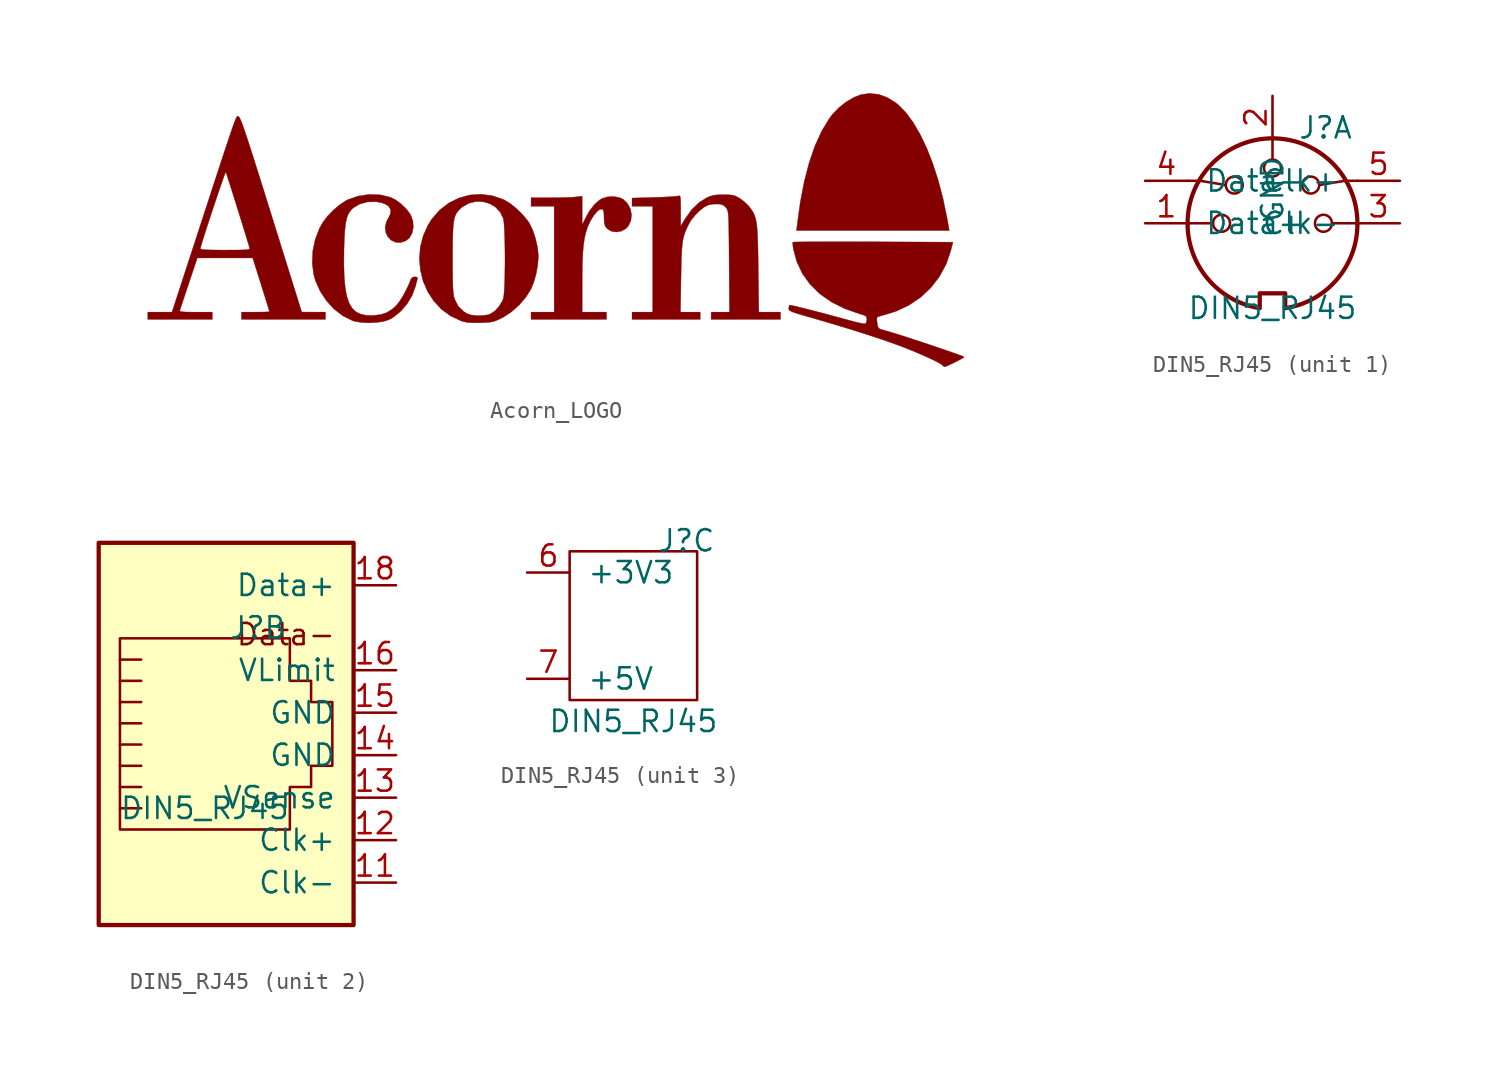
<source format=kicad_sym>
(kicad_symbol_lib
  (version 20211014)
  (generator kicad_symbol_editor)
  (symbol "Acorn_LOGO"
    (pin_names
      (offset 1.016))
    (property "Reference" "#G"
      (at 0 8.098 0)
      (effects (font (size 1.27 1.27)) hide))
    (symbol "Acorn_LOGO_0_0"
      (polyline (pts (xy 23.061 0.909) (xy 23.058 0.93) (xy 22.823 2.063) (xy 22.541 3.138) (xy 22.217 4.142) (xy 21.856 5.063) (xy 21.463 5.889) (xy 21.044 6.607) (xy 20.604 7.205) (xy 20.149 7.67) (xy 20.028 7.769) (xy 19.508 8.098) (xy 18.969 8.294) (xy 18.424 8.352) (xy 17.886 8.269) (xy 17.508 8.121) (xy 17.036 7.845) (xy 16.589 7.494) (xy 16.212 7.099) (xy 16.013 6.834) (xy 15.565 6.095) (xy 15.167 5.222) (xy 14.82 4.219) (xy 14.525 3.088) (xy 14.283 1.833) (xy 14.095 0.455) (xy 14.06 0.146) (xy 23.198 0.146) (xy 23.061 0.909)) (stroke (width 0.01) (type default) (color 0 0 0 0)) (fill (type outline)))
      (polyline (pts (xy 2.693 -4.731) (xy 1.237 -4.731) (xy 1.237 -2.921) (xy 1.238 -2.578) (xy 1.249 -1.861) (xy 1.273 -1.262) (xy 1.313 -0.762) (xy 1.372 -0.343) (xy 1.452 0.016) (xy 1.555 0.333) (xy 1.683 0.626) (xy 1.735 0.727) (xy 1.926 1.04) (xy 2.118 1.275) (xy 2.293 1.411) (xy 2.434 1.431) (xy 2.442 1.427) (xy 2.505 1.355) (xy 2.538 1.197) (xy 2.547 0.923) (xy 2.549 0.779) (xy 2.569 0.554) (xy 2.624 0.4) (xy 2.726 0.265) (xy 2.74 0.251) (xy 2.978 0.106) (xy 3.274 0.059) (xy 3.58 0.111) (xy 3.85 0.26) (xy 4.004 0.426) (xy 4.152 0.739) (xy 4.191 1.087) (xy 4.123 1.439) (xy 3.953 1.762) (xy 3.682 2.023) (xy 3.455 2.126) (xy 3.116 2.182) (xy 2.756 2.163) (xy 2.433 2.067) (xy 2.283 1.98) (xy 1.98 1.713) (xy 1.693 1.35) (xy 1.449 0.92) (xy 1.237 0.473) (xy 1.237 1.338) (xy 1.237 2.204) (xy 0.855 2.158) (xy 0.78 2.151) (xy 0.519 2.135) (xy 0.165 2.123) (xy -0.244 2.114) (xy -0.673 2.111) (xy -1.819 2.111) (xy -1.819 1.601) (xy -0.437 1.601) (xy -0.437 -4.731) (xy -1.819 -4.731) (xy -1.819 -5.167) (xy 2.693 -5.167) (xy 2.693 -4.731)) (stroke (width 0.01) (type default) (color 0 0 0 0)) (fill (type outline)))
      (polyline (pts (xy 8.297 -4.731) (xy 7.117 -4.731) (xy 7.15 -2.675) (xy 7.151 -2.625) (xy 7.163 -1.974) (xy 7.178 -1.446) (xy 7.199 -1.021) (xy 7.229 -0.678) (xy 7.271 -0.395) (xy 7.328 -0.153) (xy 7.404 0.069) (xy 7.5 0.293) (xy 7.621 0.539) (xy 7.743 0.746) (xy 7.982 1.052) (xy 8.26 1.333) (xy 8.541 1.552) (xy 8.791 1.677) (xy 8.836 1.69) (xy 9.106 1.73) (xy 9.381 1.734) (xy 9.517 1.718) (xy 9.709 1.649) (xy 9.854 1.505) (xy 9.886 1.46) (xy 9.918 1.399) (xy 9.944 1.319) (xy 9.965 1.204) (xy 9.982 1.042) (xy 9.994 0.819) (xy 10.004 0.519) (xy 10.011 0.13) (xy 10.018 -0.363) (xy 10.023 -0.974) (xy 10.028 -1.716) (xy 10.05 -4.731) (xy 8.952 -4.731) (xy 8.952 -5.167) (xy 13.1 -5.167) (xy 13.1 -4.731) (xy 11.805 -4.731) (xy 11.772 -2.129) (xy 11.767 -1.723) (xy 11.756 -1.04) (xy 11.742 -0.479) (xy 11.722 -0.023) (xy 11.696 0.343) (xy 11.66 0.635) (xy 11.612 0.87) (xy 11.55 1.061) (xy 11.472 1.227) (xy 11.375 1.382) (xy 11.258 1.542) (xy 11.165 1.652) (xy 10.921 1.883) (xy 10.666 2.072) (xy 10.575 2.127) (xy 10.4 2.216) (xy 10.226 2.266) (xy 10.004 2.288) (xy 9.686 2.292) (xy 9.358 2.286) (xy 9.106 2.258) (xy 8.892 2.198) (xy 8.661 2.096) (xy 8.234 1.826) (xy 7.787 1.395) (xy 7.391 0.841) (xy 7.132 0.409) (xy 7.132 1.34) (xy 7.132 1.623) (xy 7.127 1.916) (xy 7.115 2.1) (xy 7.093 2.198) (xy 7.057 2.231) (xy 7.005 2.22) (xy 6.909 2.203) (xy 6.688 2.183) (xy 6.37 2.163) (xy 5.982 2.144) (xy 5.549 2.129) (xy 4.221 2.09) (xy 4.221 1.601) (xy 5.458 1.601) (xy 5.458 -4.731) (xy 4.221 -4.731) (xy 4.221 -5.167) (xy 8.297 -5.167) (xy 8.297 -4.731)) (stroke (width 0.01) (type default) (color 0 0 0 0)) (fill (type outline)))
      (polyline (pts (xy -11.074 -5.353) (xy -10.659 -5.293) (xy -10.335 -5.193) (xy -10.059 -5.041) (xy -9.623 -4.69) (xy -9.239 -4.246) (xy -8.935 -3.739) (xy -8.736 -3.202) (xy -8.713 -3.112) (xy -8.655 -2.894) (xy -8.615 -2.747) (xy -8.61 -2.725) (xy -8.632 -2.643) (xy -8.767 -2.62) (xy -8.895 -2.644) (xy -9.001 -2.747) (xy -9.116 -3.043) (xy -9.299 -3.429) (xy -9.503 -3.802) (xy -9.707 -4.119) (xy -9.887 -4.34) (xy -10.128 -4.557) (xy -10.456 -4.764) (xy -10.824 -4.882) (xy -11.281 -4.933) (xy -11.662 -4.926) (xy -12.006 -4.857) (xy -12.292 -4.716) (xy -12.525 -4.495) (xy -12.708 -4.183) (xy -12.845 -3.773) (xy -12.939 -3.255) (xy -12.996 -2.621) (xy -13.018 -1.862) (xy -13.009 -0.968) (xy -13.009 -0.94) (xy -12.988 -0.315) (xy -12.957 0.184) (xy -12.911 0.577) (xy -12.846 0.882) (xy -12.758 1.119) (xy -12.643 1.307) (xy -12.497 1.464) (xy -12.444 1.51) (xy -12.066 1.733) (xy -11.613 1.858) (xy -11.126 1.872) (xy -10.998 1.858) (xy -10.612 1.766) (xy -10.352 1.618) (xy -10.222 1.415) (xy -10.226 1.164) (xy -10.366 0.869) (xy -10.468 0.679) (xy -10.545 0.353) (xy -10.514 0.046) (xy -10.391 -0.221) (xy -10.193 -0.427) (xy -9.937 -0.552) (xy -9.638 -0.574) (xy -9.313 -0.472) (xy -9.094 -0.292) (xy -8.934 -0.009) (xy -8.864 0.334) (xy -8.887 0.704) (xy -9.012 1.068) (xy -9.044 1.126) (xy -9.273 1.431) (xy -9.581 1.73) (xy -9.92 1.982) (xy -10.244 2.143) (xy -10.848 2.284) (xy -11.51 2.307) (xy -12.171 2.208) (xy -12.794 1.988) (xy -12.906 1.93) (xy -13.273 1.684) (xy -13.652 1.362) (xy -13.998 1.004) (xy -14.269 0.648) (xy -14.472 0.287) (xy -14.731 -0.382) (xy -14.879 -1.094) (xy -14.909 -1.813) (xy -14.817 -2.503) (xy -14.719 -2.844) (xy -14.44 -3.476) (xy -14.06 -4.054) (xy -13.596 -4.557) (xy -13.069 -4.961) (xy -12.497 -5.244) (xy -12.362 -5.285) (xy -11.975 -5.351) (xy -11.529 -5.373) (xy -11.074 -5.353)) (stroke (width 0.01) (type default) (color 0 0 0 0)) (fill (type outline)))
      (polyline (pts (xy -4.871 -5.368) (xy -4.815 -5.367) (xy -4.475 -5.353) (xy -4.226 -5.328) (xy -4.021 -5.28) (xy -3.812 -5.2) (xy -3.552 -5.076) (xy -3.48 -5.039) (xy -2.998 -4.722) (xy -2.534 -4.31) (xy -2.13 -3.842) (xy -1.826 -3.361) (xy -1.662 -2.962) (xy -1.516 -2.446) (xy -1.419 -1.903) (xy -1.383 -1.397) (xy -1.386 -1.286) (xy -1.442 -0.812) (xy -1.559 -0.305) (xy -1.721 0.175) (xy -1.912 0.57) (xy -2.044 0.766) (xy -2.349 1.129) (xy -2.71 1.479) (xy -3.085 1.777) (xy -3.433 1.986) (xy -3.497 2.015) (xy -4.16 2.236) (xy -4.834 2.319) (xy -5.502 2.27) (xy -6.145 2.092) (xy -6.746 1.792) (xy -7.287 1.373) (xy -7.751 0.841) (xy -7.982 0.478) (xy -8.274 -0.172) (xy -8.445 -0.85) (xy -8.498 -1.528) (xy -6.513 -1.528) (xy -6.513 -1.251) (xy -6.51 -0.619) (xy -6.501 -0.109) (xy -6.483 0.295) (xy -6.454 0.611) (xy -6.411 0.856) (xy -6.351 1.046) (xy -6.272 1.199) (xy -6.171 1.33) (xy -6.046 1.458) (xy -5.912 1.573) (xy -5.531 1.784) (xy -5.118 1.881) (xy -4.699 1.871) (xy -4.301 1.759) (xy -3.948 1.551) (xy -3.667 1.253) (xy -3.482 0.871) (xy -3.453 0.711) (xy -3.427 0.417) (xy -3.406 0.026) (xy -3.391 -0.44) (xy -3.382 -0.956) (xy -3.378 -1.498) (xy -3.381 -2.04) (xy -3.389 -2.559) (xy -3.402 -3.03) (xy -3.422 -3.429) (xy -3.447 -3.732) (xy -3.478 -3.913) (xy -3.542 -4.077) (xy -3.739 -4.399) (xy -3.996 -4.673) (xy -4.272 -4.851) (xy -4.426 -4.897) (xy -4.738 -4.938) (xy -5.083 -4.94) (xy -5.403 -4.903) (xy -5.64 -4.828) (xy -5.854 -4.697) (xy -6.173 -4.382) (xy -6.385 -3.973) (xy -6.416 -3.872) (xy -6.448 -3.732) (xy -6.472 -3.557) (xy -6.49 -3.331) (xy -6.502 -3.033) (xy -6.509 -2.646) (xy -6.513 -2.151) (xy -6.513 -1.528) (xy -8.498 -1.528) (xy -8.499 -1.538) (xy -8.441 -2.22) (xy -8.277 -2.88) (xy -8.009 -3.5) (xy -7.644 -4.065) (xy -7.186 -4.557) (xy -6.64 -4.96) (xy -6.011 -5.257) (xy -5.835 -5.31) (xy -5.588 -5.354) (xy -5.281 -5.372) (xy -4.871 -5.368)) (stroke (width 0.01) (type default) (color 0 0 0 0)) (fill (type outline)))
      (polyline (pts (xy 23.004 -7.977) (xy 23.185 -7.9) (xy 23.414 -7.792) (xy 23.655 -7.672) (xy 23.873 -7.557) (xy 24.03 -7.466) (xy 24.09 -7.417) (xy 24.083 -7.411) (xy 23.977 -7.364) (xy 23.758 -7.281) (xy 23.445 -7.169) (xy 23.056 -7.034) (xy 22.61 -6.881) (xy 22.128 -6.718) (xy 21.627 -6.551) (xy 21.127 -6.386) (xy 20.648 -6.23) (xy 20.207 -6.089) (xy 19.825 -5.969) (xy 19.52 -5.877) (xy 19.311 -5.819) (xy 19.106 -5.763) (xy 18.982 -5.699) (xy 18.922 -5.592) (xy 18.887 -5.403) (xy 18.875 -5.311) (xy 18.866 -5.13) (xy 18.882 -5.038) (xy 18.885 -5.036) (xy 18.985 -4.995) (xy 19.183 -4.934) (xy 19.441 -4.864) (xy 20.011 -4.685) (xy 20.785 -4.322) (xy 21.484 -3.848) (xy 22.095 -3.275) (xy 22.607 -2.614) (xy 23.007 -1.878) (xy 23.283 -1.079) (xy 23.418 -0.546) (xy 18.648 -0.527) (xy 18.317 -0.526) (xy 17.513 -0.524) (xy 16.757 -0.523) (xy 16.062 -0.523) (xy 15.439 -0.524) (xy 14.901 -0.527) (xy 14.46 -0.53) (xy 14.128 -0.534) (xy 13.917 -0.54) (xy 13.84 -0.546) (xy 13.832 -0.604) (xy 13.845 -0.771) (xy 13.881 -1.001) (xy 14.08 -1.726) (xy 14.415 -2.436) (xy 14.874 -3.075) (xy 15.451 -3.64) (xy 16.142 -4.125) (xy 16.943 -4.527) (xy 17.849 -4.842) (xy 18.065 -4.907) (xy 18.2 -4.971) (xy 18.256 -5.051) (xy 18.268 -5.175) (xy 18.24 -5.335) (xy 18.17 -5.428) (xy 18.164 -5.429) (xy 18.044 -5.42) (xy 17.819 -5.376) (xy 17.517 -5.305) (xy 17.169 -5.212) (xy 17.096 -5.192) (xy 16.583 -5.051) (xy 16.058 -4.909) (xy 15.539 -4.771) (xy 15.046 -4.643) (xy 14.599 -4.529) (xy 14.216 -4.434) (xy 13.915 -4.363) (xy 13.717 -4.32) (xy 13.641 -4.311) (xy 13.619 -4.364) (xy 13.593 -4.506) (xy 13.592 -4.52) (xy 13.598 -4.577) (xy 13.637 -4.629) (xy 13.727 -4.683) (xy 13.886 -4.746) (xy 14.133 -4.826) (xy 14.483 -4.931) (xy 14.956 -5.067) (xy 14.982 -5.074) (xy 16.128 -5.409) (xy 17.234 -5.744) (xy 18.273 -6.073) (xy 19.22 -6.387) (xy 20.051 -6.678) (xy 20.479 -6.84) (xy 20.94 -7.024) (xy 21.395 -7.214) (xy 21.821 -7.401) (xy 22.197 -7.575) (xy 22.502 -7.727) (xy 22.713 -7.846) (xy 22.81 -7.923) (xy 22.832 -7.953) (xy 22.908 -8.006) (xy 23.004 -7.977)) (stroke (width 0.01) (type default) (color 0 0 0 0)) (fill (type outline)))
      (polyline (pts (xy -20.888 -4.731) (xy -21.875 -4.731) (xy -22.221 -4.73) (xy -22.51 -4.724) (xy -22.693 -4.712) (xy -22.792 -4.69) (xy -22.828 -4.654) (xy -22.822 -4.603) (xy -22.815 -4.581) (xy -22.766 -4.434) (xy -22.681 -4.178) (xy -22.567 -3.836) (xy -22.432 -3.431) (xy -22.283 -2.984) (xy -21.785 -1.492) (xy -18.47 -1.492) (xy -17.968 -3.088) (xy -17.887 -3.349) (xy -17.752 -3.78) (xy -17.636 -4.151) (xy -17.546 -4.442) (xy -17.488 -4.634) (xy -17.467 -4.707) (xy -17.527 -4.716) (xy -17.706 -4.723) (xy -17.974 -4.729) (xy -18.304 -4.731) (xy -19.141 -4.731) (xy -19.141 -5.167) (xy -14.119 -5.167) (xy -14.119 -4.731) (xy -14.829 -4.73) (xy -15.538 -4.73) (xy -17.361 1.11) (xy -17.544 1.696) (xy -17.849 2.674) (xy -18.117 3.526) (xy -18.349 4.26) (xy -18.548 4.885) (xy -18.717 5.409) (xy -18.859 5.84) (xy -18.977 6.187) (xy -19.073 6.459) (xy -19.15 6.662) (xy -19.211 6.807) (xy -19.26 6.902) (xy -19.298 6.954) (xy -19.328 6.972) (xy -19.347 6.977) (xy -19.365 6.984) (xy -19.383 6.986) (xy -19.402 6.974) (xy -19.426 6.944) (xy -19.457 6.886) (xy -19.498 6.795) (xy -19.55 6.664) (xy -19.616 6.485) (xy -19.698 6.252) (xy -19.799 5.957) (xy -19.922 5.594) (xy -20.068 5.155) (xy -20.241 4.634) (xy -20.441 4.023) (xy -20.673 3.316) (xy -20.938 2.506) (xy -21.238 1.585) (xy -21.577 0.546) (xy -21.956 -0.616) (xy -22.054 -0.919) (xy -21.603 -0.919) (xy -21.587 -0.858) (xy -21.525 -0.647) (xy -21.431 -0.342) (xy -21.311 0.037) (xy -21.171 0.471) (xy -21.017 0.94) (xy -20.857 1.426) (xy -20.696 1.908) (xy -20.541 2.368) (xy -20.398 2.786) (xy -20.275 3.143) (xy -20.177 3.42) (xy -20.11 3.596) (xy -20.081 3.654) (xy -20.074 3.636) (xy -20.029 3.505) (xy -19.95 3.264) (xy -19.844 2.932) (xy -19.716 2.528) (xy -19.572 2.073) (xy -19.42 1.587) (xy -19.264 1.088) (xy -19.112 0.598) (xy -18.969 0.135) (xy -18.842 -0.281) (xy -18.736 -0.63) (xy -18.659 -0.891) (xy -18.655 -0.906) (xy -18.66 -0.945) (xy -18.703 -0.974) (xy -18.803 -0.994) (xy -18.977 -1.007) (xy -19.244 -1.015) (xy -19.62 -1.018) (xy -20.124 -1.019) (xy -20.317 -1.019) (xy -20.785 -1.016) (xy -21.131 -1.009) (xy -21.369 -0.997) (xy -21.516 -0.979) (xy -21.588 -0.953) (xy -21.603 -0.919) (xy -22.054 -0.919) (xy -22.378 -1.91) (xy -23.297 -4.731) (xy -24.745 -4.731) (xy -24.745 -5.167) (xy -20.888 -5.167) (xy -20.888 -4.731)) (stroke (width 0.01) (type default) (color 0 0 0 0)) (fill (type outline)))))
  (symbol "DIN5_RJ45"
    (pin_names
      (offset 1.016))
    (property "Reference" "J"
      (at 3.175 5.715 0)
      (effects (font (size 1.27 1.27))))
    (property "Value" "DIN5_RJ45"
      (at 0 -5.08 0)
      (effects (font (size 1.27 1.27))))
    (property "ki_locked" ""
      (at 0 0 0)
      (effects (font (size 1.27 1.27))))
    (symbol "DIN5_RJ45_1_1"
      (arc (start -5.08 0) (mid -3.8609 -3.3364) (end -0.762 -5.08) (stroke (width 0.254) (type default) (color 0 0 0 0)) (fill (type none)))
      (circle (center -3.048 0) (radius 0.508) (stroke (width 0) (type default) (color 0 0 0 0)) (fill (type none)))
      (circle (center -2.286 2.286) (radius 0.508) (stroke (width 0) (type default) (color 0 0 0 0)) (fill (type none)))
      (polyline (pts (xy -5.08 0) (xy -3.556 0)) (stroke (width 0) (type default) (color 0 0 0 0)) (fill (type none)))
      (polyline (pts (xy 0 5.08) (xy 0 3.81)) (stroke (width 0) (type default) (color 0 0 0 0)) (fill (type none)))
      (polyline (pts (xy 5.08 0) (xy 3.556 0)) (stroke (width 0) (type default) (color 0 0 0 0)) (fill (type none)))
      (polyline (pts (xy -5.08 2.54) (xy -4.318 2.54) (xy -2.794 2.286)) (stroke (width 0) (type default) (color 0 0 0 0)) (fill (type none)))
      (polyline (pts (xy 5.08 2.54) (xy 4.318 2.54) (xy 2.794 2.286)) (stroke (width 0) (type default) (color 0 0 0 0)) (fill (type none)))
      (polyline (pts (xy -0.762 -4.953) (xy -0.762 -4.191) (xy 0.762 -4.191) (xy 0.762 -4.953)) (stroke (width 0.254) (type default) (color 0 0 0 0)) (fill (type none)))
      (circle (center 0 3.302) (radius 0.508) (stroke (width 0) (type default) (color 0 0 0 0)) (fill (type none)))
      (arc (start 0.762 -5.08) (mid 3.8685 -3.343) (end 5.08 0) (stroke (width 0.254) (type default) (color 0 0 0 0)) (fill (type none)))
      (circle (center 2.286 2.286) (radius 0.508) (stroke (width 0) (type default) (color 0 0 0 0)) (fill (type none)))
      (circle (center 3.048 0) (radius 0.508) (stroke (width 0) (type default) (color 0 0 0 0)) (fill (type none)))
      (arc (start 5.08 0) (mid 0 5.08) (end -5.08 0) (stroke (width 0.254) (type default) (color 0 0 0 0)) (fill (type none)))
      (pin passive line (at -7.62 0 0) (length 2.54) (name "Data+" (effects (font (size 1.27 1.27)))) (number "1" (effects (font (size 1.27 1.27)))))
      (pin passive line (at 0 7.62 270) (length 2.54) (name "GND" (effects (font (size 1.27 1.27)))) (number "2" (effects (font (size 1.27 1.27)))))
      (pin passive line (at 7.62 0 180) (length 2.54) (name "Clk-" (effects (font (size 1.27 1.27)))) (number "3" (effects (font (size 1.27 1.27)))))
      (pin passive line (at -7.62 2.54 0) (length 2.54) (name "Data-" (effects (font (size 1.27 1.27)))) (number "4" (effects (font (size 1.27 1.27)))))
      (pin passive line (at 7.62 2.54 180) (length 2.54) (name "Clk+" (effects (font (size 1.27 1.27)))) (number "5" (effects (font (size 1.27 1.27))))))
    (symbol "DIN5_RJ45_2_0"
      (text "Data-" (at 7.874 4.572 0) (effects (font (size 1.27 1.27)) (justify right bottom))))
    (symbol "DIN5_RJ45_2_1"
      (polyline (pts (xy -3.81 2.54) (xy -5.08 2.54)) (stroke (width 0) (type default) (color 0 0 0 0)) (fill (type none)))
      (polyline (pts (xy -3.81 3.81) (xy -5.08 3.81)) (stroke (width 0) (type default) (color 0 0 0 0)) (fill (type none)))
      (polyline (pts (xy -5.08 -5.08) (xy -3.81 -5.08) (xy -3.81 -5.08)) (stroke (width 0) (type default) (color 0 0 0 0)) (fill (type none)))
      (polyline (pts (xy -5.08 -3.81) (xy -3.81 -3.81) (xy -3.81 -3.81)) (stroke (width 0) (type default) (color 0 0 0 0)) (fill (type none)))
      (polyline (pts (xy -5.08 -2.54) (xy -3.81 -2.54) (xy -3.81 -2.54)) (stroke (width 0) (type default) (color 0 0 0 0)) (fill (type none)))
      (polyline (pts (xy -5.08 -1.27) (xy -3.81 -1.27) (xy -3.81 -1.27)) (stroke (width 0) (type default) (color 0 0 0 0)) (fill (type none)))
      (polyline (pts (xy -5.08 0) (xy -3.81 0) (xy -3.81 0)) (stroke (width 0) (type default) (color 0 0 0 0)) (fill (type none)))
      (polyline (pts (xy -3.81 1.27) (xy -5.08 1.27) (xy -5.08 1.27)) (stroke (width 0) (type default) (color 0 0 0 0)) (fill (type none)))
      (polyline (pts (xy -5.08 -6.35) (xy -5.08 5.08) (xy 5.08 5.08) (xy 5.08 2.54) (xy 6.35 2.54) (xy 6.35 1.27) (xy 7.62 1.27) (xy 7.62 -2.54) (xy 6.35 -2.54) (xy 6.35 -3.81) (xy 5.08 -3.81) (xy 5.08 -6.35) (xy -5.08 -6.35) (xy -5.08 -6.35)) (stroke (width 0) (type default) (color 0 0 0 0)) (fill (type none)))
      (rectangle (start 8.89 10.795) (end -6.35 -12.065) (stroke (width 0.254) (type default) (color 0 0 0 0)) (fill (type background)))
      (pin passive line (at 11.43 -9.525 180) (length 2.54) (name "Clk-" (effects (font (size 1.27 1.27)))) (number "11" (effects (font (size 1.27 1.27)))))
      (pin passive line (at 11.43 -6.985 180) (length 2.54) (name "Clk+" (effects (font (size 1.27 1.27)))) (number "12" (effects (font (size 1.27 1.27)))))
      (pin passive line (at 11.43 -4.445 180) (length 2.54) (name "VSense" (effects (font (size 1.27 1.27)))) (number "13" (effects (font (size 1.27 1.27)))))
      (pin passive line (at 11.43 -1.905 180) (length 2.54) (name "GND" (effects (font (size 1.27 1.27)))) (number "14" (effects (font (size 1.27 1.27)))))
      (pin passive line (at 11.43 0.635 180) (length 2.54) (name "GND" (effects (font (size 1.27 1.27)))) (number "15" (effects (font (size 1.27 1.27)))))
      (pin passive line (at 11.43 3.175 180) (length 2.54) (name "VLimit" (effects (font (size 1.27 1.27)))) (number "16" (effects (font (size 1.27 1.27)))))
      (pin passive line (at 11.43 8.255 180) (length 2.54) (name "Data+" (effects (font (size 1.27 1.27)))) (number "18" (effects (font (size 1.27 1.27))))))
    (symbol "DIN5_RJ45_3_1"
      (rectangle (start -3.81 5.08) (end 3.81 -3.81) (stroke (width 0) (type default) (color 0 0 0 0)) (fill (type none)))
      (pin power_in line (at -6.35 3.81 0) (length 2.54) (name "+3V3" (effects (font (size 1.27 1.27)))) (number "6" (effects (font (size 1.27 1.27)))))
      (pin power_in line (at -6.35 -2.54 0) (length 2.54) (name "+5V" (effects (font (size 1.27 1.27)))) (number "7" (effects (font (size 1.27 1.27))))))))
</source>
